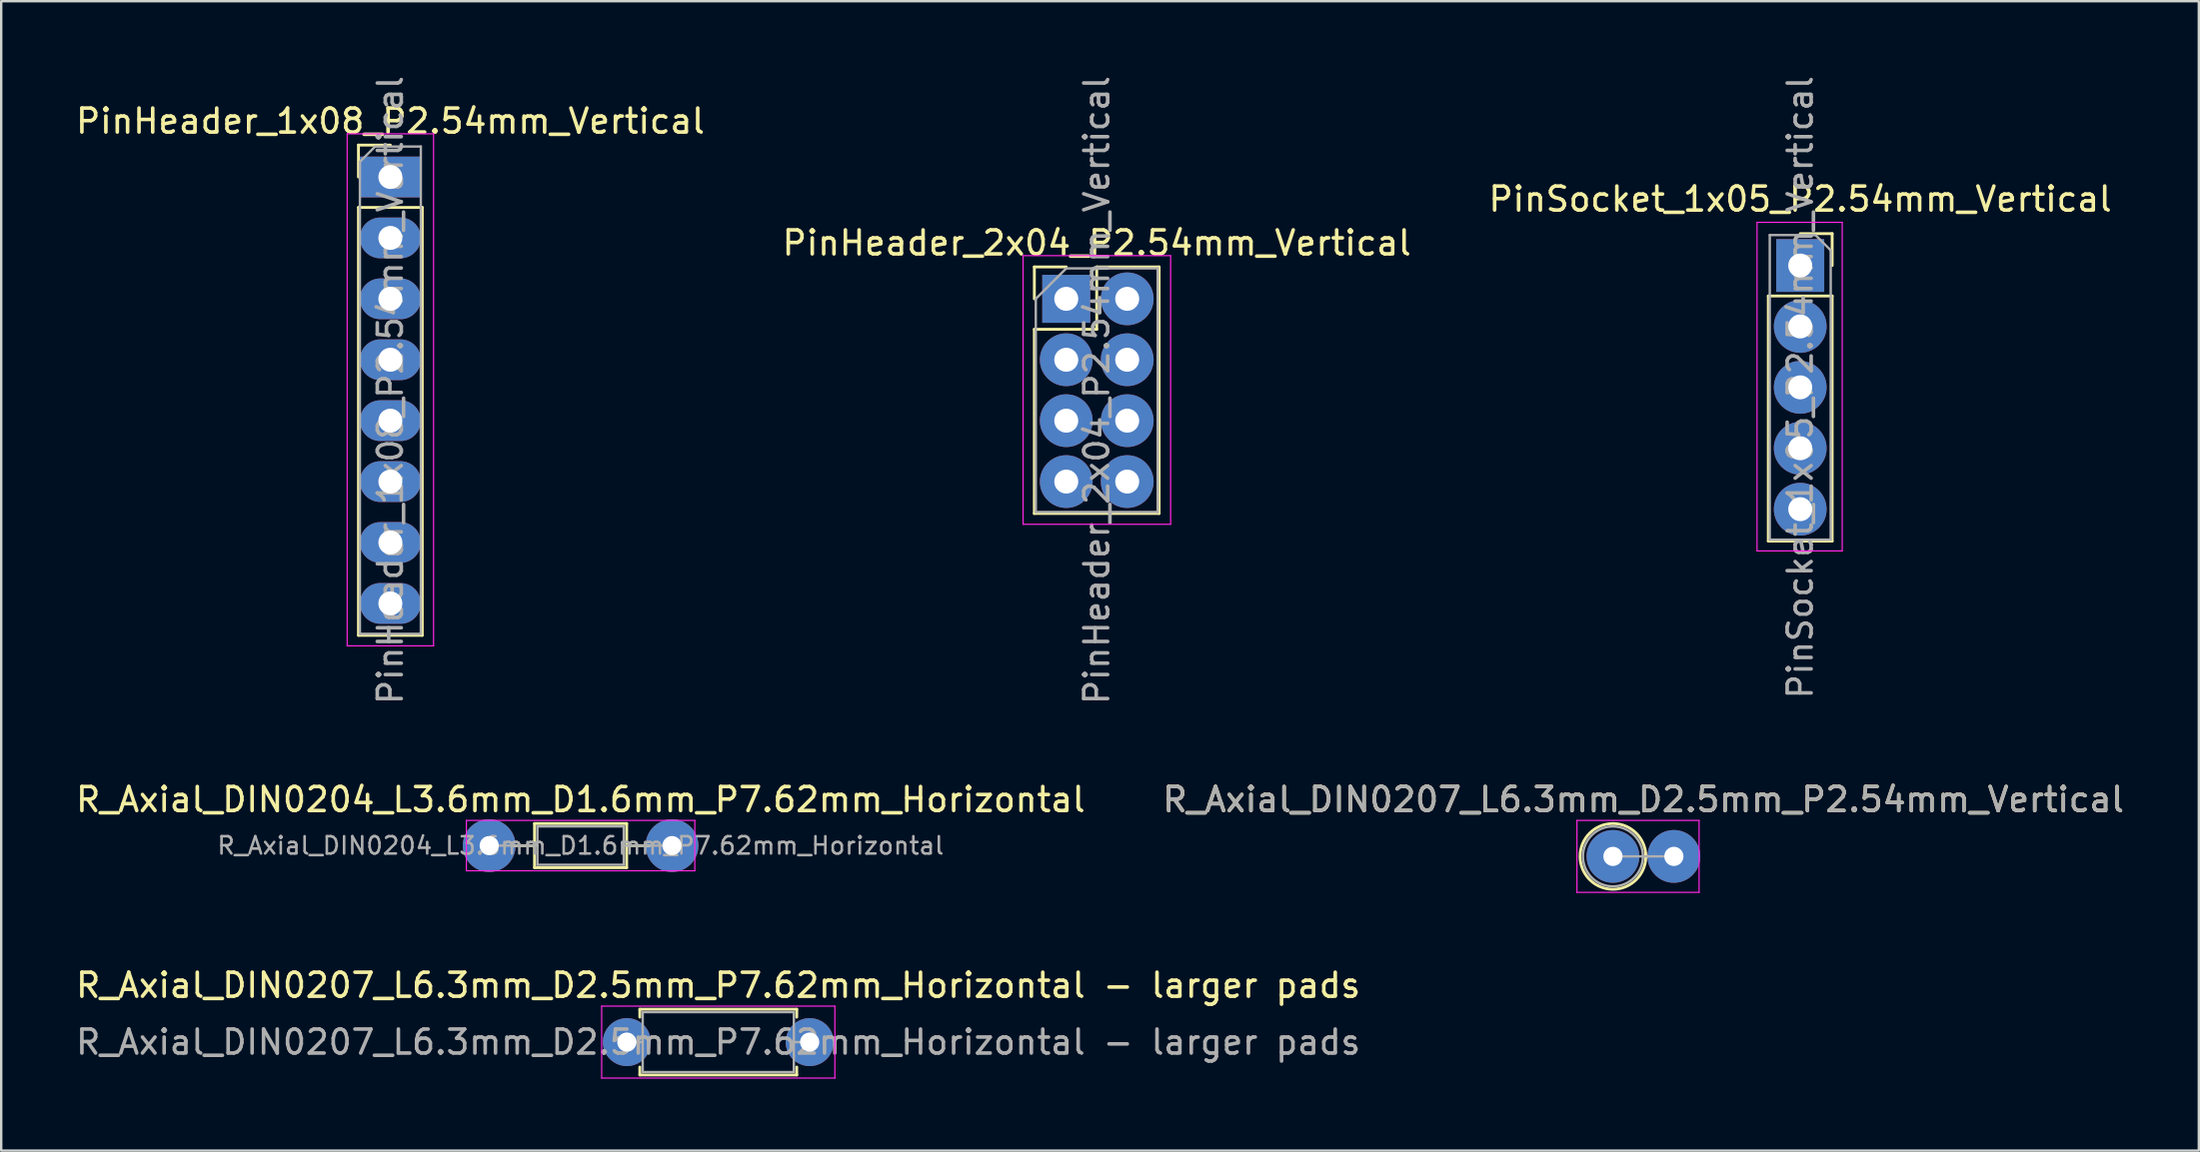
<source format=kicad_pcb>
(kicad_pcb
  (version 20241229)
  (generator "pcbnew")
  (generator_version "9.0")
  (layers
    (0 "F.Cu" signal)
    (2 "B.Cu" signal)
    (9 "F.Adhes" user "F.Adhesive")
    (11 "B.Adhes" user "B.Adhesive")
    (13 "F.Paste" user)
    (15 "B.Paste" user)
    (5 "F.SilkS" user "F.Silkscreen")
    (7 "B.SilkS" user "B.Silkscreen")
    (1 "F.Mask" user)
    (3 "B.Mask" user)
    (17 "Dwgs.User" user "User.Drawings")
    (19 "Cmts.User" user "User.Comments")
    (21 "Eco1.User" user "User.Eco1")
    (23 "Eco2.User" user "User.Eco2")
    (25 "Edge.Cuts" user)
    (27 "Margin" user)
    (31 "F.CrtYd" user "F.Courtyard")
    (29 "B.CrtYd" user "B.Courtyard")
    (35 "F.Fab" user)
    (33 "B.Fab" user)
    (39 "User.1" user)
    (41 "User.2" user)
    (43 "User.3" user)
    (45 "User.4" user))
  (footprint "PinSocket_1x05_P2.54mm_Vertical"
    (layer "F.Cu")
    (at 71.982 8.021)
    (property "Reference" "PinSocket_1x05_P2.54mm_Vertical" (at 0 -2.77 0) (layer "F.SilkS") (effects (font (size 1 1) (thickness 0.15))))
    (attr through_hole)
    (fp_line (start -1.33 1.27) (end -1.33 11.49) (stroke (width 0.12) (type solid)) (layer "F.SilkS"))
    (fp_line (start -1.33 1.27) (end 1.33 1.27) (stroke (width 0.12) (type solid)) (layer "F.SilkS"))
    (fp_line (start -1.33 11.49) (end 1.33 11.49) (stroke (width 0.12) (type solid)) (layer "F.SilkS"))
    (fp_line (start 0 -1.33) (end 1.33 -1.33) (stroke (width 0.12) (type solid)) (layer "F.SilkS"))
    (fp_line (start 1.33 -1.33) (end 1.33 0) (stroke (width 0.12) (type solid)) (layer "F.SilkS"))
    (fp_line (start 1.33 1.27) (end 1.33 11.49) (stroke (width 0.12) (type solid)) (layer "F.SilkS"))
    (fp_line (start -1.8 -1.8) (end 1.75 -1.8) (stroke (width 0.05) (type solid)) (layer "F.CrtYd"))
    (fp_line (start -1.8 11.9) (end -1.8 -1.8) (stroke (width 0.05) (type solid)) (layer "F.CrtYd"))
    (fp_line (start 1.75 -1.8) (end 1.75 11.9) (stroke (width 0.05) (type solid)) (layer "F.CrtYd"))
    (fp_line (start 1.75 11.9) (end -1.8 11.9) (stroke (width 0.05) (type solid)) (layer "F.CrtYd"))
    (fp_line (start -1.27 -1.27) (end 0.635 -1.27) (stroke (width 0.1) (type solid)) (layer "F.Fab"))
    (fp_line (start -1.27 11.43) (end -1.27 -1.27) (stroke (width 0.1) (type solid)) (layer "F.Fab"))
    (fp_line (start 0.635 -1.27) (end 1.27 -0.635) (stroke (width 0.1) (type solid)) (layer "F.Fab"))
    (fp_line (start 1.27 -0.635) (end 1.27 11.43) (stroke (width 0.1) (type solid)) (layer "F.Fab"))
    (fp_line (start 1.27 11.43) (end -1.27 11.43) (stroke (width 0.1) (type solid)) (layer "F.Fab"))
    (fp_text user "${REFERENCE}" (at 0 5.08 90) (layer "F.Fab") (effects (font (size 1 1) (thickness 0.15))))
    (pad "1" thru_hole rect (at 0 0) (size 2 2.2) (drill 1) (layers "*.Cu" "*.Mask"))
    (pad "2" thru_hole circle (at 0 2.54) (size 2.2 2.2) (drill 1) (layers "*.Cu" "*.Mask"))
    (pad "3" thru_hole circle (at 0 5.08) (size 2.2 2.2) (drill 1) (layers "*.Cu" "*.Mask"))
    (pad "4" thru_hole circle (at 0 7.62) (size 2.2 2.2) (drill 1) (layers "*.Cu" "*.Mask"))
    (pad "5" thru_hole circle (at 0 10.16) (size 2.2 2.2) (drill 1) (layers "*.Cu" "*.Mask")))
  (footprint "PinHeader_2x04_P2.54mm_Vertical"
    (layer "F.Cu")
    (at 41.391 9.41)
    (property "Reference" "PinHeader_2x04_P2.54mm_Vertical" (at 1.27 -2.33 0) (layer "F.SilkS") (effects (font (size 1 1) (thickness 0.15))))
    (attr through_hole)
    (fp_line (start -1.33 -1.33) (end 0 -1.33) (stroke (width 0.12) (type solid)) (layer "F.SilkS"))
    (fp_line (start -1.33 0) (end -1.33 -1.33) (stroke (width 0.12) (type solid)) (layer "F.SilkS"))
    (fp_line (start -1.33 1.27) (end -1.33 8.95) (stroke (width 0.12) (type solid)) (layer "F.SilkS"))
    (fp_line (start -1.33 1.27) (end 1.27 1.27) (stroke (width 0.12) (type solid)) (layer "F.SilkS"))
    (fp_line (start -1.33 8.95) (end 3.87 8.95) (stroke (width 0.12) (type solid)) (layer "F.SilkS"))
    (fp_line (start 1.27 -1.33) (end 3.87 -1.33) (stroke (width 0.12) (type solid)) (layer "F.SilkS"))
    (fp_line (start 1.27 1.27) (end 1.27 -1.33) (stroke (width 0.12) (type solid)) (layer "F.SilkS"))
    (fp_line (start 3.87 -1.33) (end 3.87 8.95) (stroke (width 0.12) (type solid)) (layer "F.SilkS"))
    (fp_line (start -1.8 -1.8) (end -1.8 9.4) (stroke (width 0.05) (type solid)) (layer "F.CrtYd"))
    (fp_line (start -1.8 9.4) (end 4.35 9.4) (stroke (width 0.05) (type solid)) (layer "F.CrtYd"))
    (fp_line (start 4.35 -1.8) (end -1.8 -1.8) (stroke (width 0.05) (type solid)) (layer "F.CrtYd"))
    (fp_line (start 4.35 9.4) (end 4.35 -1.8) (stroke (width 0.05) (type solid)) (layer "F.CrtYd"))
    (fp_line (start -1.27 0) (end 0 -1.27) (stroke (width 0.1) (type solid)) (layer "F.Fab"))
    (fp_line (start -1.27 8.89) (end -1.27 0) (stroke (width 0.1) (type solid)) (layer "F.Fab"))
    (fp_line (start 0 -1.27) (end 3.81 -1.27) (stroke (width 0.1) (type solid)) (layer "F.Fab"))
    (fp_line (start 3.81 -1.27) (end 3.81 8.89) (stroke (width 0.1) (type solid)) (layer "F.Fab"))
    (fp_line (start 3.81 8.89) (end -1.27 8.89) (stroke (width 0.1) (type solid)) (layer "F.Fab"))
    (fp_text user "${REFERENCE}" (at 1.27 3.81 90) (layer "F.Fab") (effects (font (size 1 1) (thickness 0.15))))
    (pad "1" thru_hole rect (at 0 0) (size 2 2) (drill 1) (layers "*.Cu" "*.Mask"))
    (pad "2" thru_hole oval (at 2.54 0) (size 2.2 2.2) (drill 1) (layers "*.Cu" "*.Mask"))
    (pad "3" thru_hole circle (at 0 2.54) (size 2.2 2.2) (drill 1) (layers "*.Cu" "*.Mask"))
    (pad "4" thru_hole oval (at 2.54 2.54) (size 2.2 2.2) (drill 1) (layers "*.Cu" "*.Mask"))
    (pad "5" thru_hole circle (at 0 5.08) (size 2.2 2.2) (drill 1) (layers "*.Cu" "*.Mask"))
    (pad "6" thru_hole circle (at 2.54 5.08) (size 2.2 2.2) (drill 1) (layers "*.Cu" "*.Mask"))
    (pad "7" thru_hole circle (at 0 7.62) (size 2.2 2.2) (drill 1) (layers "*.Cu" "*.Mask"))
    (pad "8" thru_hole circle (at 2.54 7.62) (size 2.2 2.2) (drill 1) (layers "*.Cu" "*.Mask")))
  (footprint "R_Axial_DIN0207_L6.3mm_D2.5mm_P2.54mm_Vertical"
    (layer "F.Cu")
    (at 64.176 32.659)
    (property "Reference" "R_Axial_DIN0207_L6.3mm_D2.5mm_P2.54mm_Vertical" (at 1.27 -2.37 0) (layer "F.SilkS") (effects (font (size 1 1) (thickness 0.15))))
    (attr through_hole)
    (fp_line (start 1.37 0) (end 1.44 0) (stroke (width 0.12) (type solid)) (layer "F.SilkS"))
    (fp_circle (center 0 0) (end 1.37 0) (stroke (width 0.12) (type solid)) (fill no) (layer "F.SilkS"))
    (fp_line (start -1.5 -1.5) (end -1.5 1.5) (stroke (width 0.05) (type solid)) (layer "F.CrtYd"))
    (fp_line (start -1.5 1.5) (end 3.59 1.5) (stroke (width 0.05) (type solid)) (layer "F.CrtYd"))
    (fp_line (start 3.59 -1.5) (end -1.5 -1.5) (stroke (width 0.05) (type solid)) (layer "F.CrtYd"))
    (fp_line (start 3.59 1.5) (end 3.59 -1.5) (stroke (width 0.05) (type solid)) (layer "F.CrtYd"))
    (fp_line (start 0 0) (end 2.54 0) (stroke (width 0.1) (type solid)) (layer "F.Fab"))
    (fp_circle (center 0 0) (end 1.25 0) (stroke (width 0.1) (type solid)) (fill no) (layer "F.Fab"))
    (fp_text user "${REFERENCE}" (at 1.27 -2.37 0) (layer "F.Fab") (effects (font (size 1 1) (thickness 0.15))))
    (pad "1" thru_hole circle (at 0 0) (size 2.2 2.2) (drill 0.8) (layers "*.Cu" "*.Mask"))
    (pad "2" thru_hole oval (at 2.54 0) (size 2.2 2.2) (drill 0.8) (layers "*.Cu" "*.Mask")))
  (footprint "R_Axial_DIN0207_L6.3mm_D2.5mm_P7.62mm_Horizontal - larger pads"
    (layer "F.Cu")
    (at 23.077 40.402)
    (property "Reference" "R_Axial_DIN0207_L6.3mm_D2.5mm_P7.62mm_Horizontal - larger pads" (at 3.81 -2.37 0) (layer "F.SilkS") (effects (font (size 1 1) (thickness 0.15))))
    (attr through_hole)
    (fp_line (start 0.54 -1.37) (end 7.08 -1.37) (stroke (width 0.12) (type solid)) (layer "F.SilkS"))
    (fp_line (start 0.54 -1.04) (end 0.54 -1.37) (stroke (width 0.12) (type solid)) (layer "F.SilkS"))
    (fp_line (start 0.54 1.04) (end 0.54 1.37) (stroke (width 0.12) (type solid)) (layer "F.SilkS"))
    (fp_line (start 0.54 1.37) (end 7.08 1.37) (stroke (width 0.12) (type solid)) (layer "F.SilkS"))
    (fp_line (start 7.08 -1.37) (end 7.08 -1.04) (stroke (width 0.12) (type solid)) (layer "F.SilkS"))
    (fp_line (start 7.08 1.37) (end 7.08 1.04) (stroke (width 0.12) (type solid)) (layer "F.SilkS"))
    (fp_line (start -1.05 -1.5) (end -1.05 1.5) (stroke (width 0.05) (type solid)) (layer "F.CrtYd"))
    (fp_line (start -1.05 1.5) (end 8.67 1.5) (stroke (width 0.05) (type solid)) (layer "F.CrtYd"))
    (fp_line (start 8.67 -1.5) (end -1.05 -1.5) (stroke (width 0.05) (type solid)) (layer "F.CrtYd"))
    (fp_line (start 8.67 1.5) (end 8.67 -1.5) (stroke (width 0.05) (type solid)) (layer "F.CrtYd"))
    (fp_line (start 0 0) (end 0.66 0) (stroke (width 0.1) (type solid)) (layer "F.Fab"))
    (fp_line (start 0.66 -1.25) (end 0.66 1.25) (stroke (width 0.1) (type solid)) (layer "F.Fab"))
    (fp_line (start 0.66 1.25) (end 6.96 1.25) (stroke (width 0.1) (type solid)) (layer "F.Fab"))
    (fp_line (start 6.96 -1.25) (end 0.66 -1.25) (stroke (width 0.1) (type solid)) (layer "F.Fab"))
    (fp_line (start 6.96 1.25) (end 6.96 -1.25) (stroke (width 0.1) (type solid)) (layer "F.Fab"))
    (fp_line (start 7.62 0) (end 6.96 0) (stroke (width 0.1) (type solid)) (layer "F.Fab"))
    (fp_text user "${REFERENCE}" (at 3.81 0 0) (layer "F.Fab") (effects (font (size 1 1) (thickness 0.15))))
    (pad "1" thru_hole circle (at 0 0) (size 2 2) (drill 0.8) (layers "*.Cu" "*.Mask"))
    (pad "2" thru_hole oval (at 7.62 0) (size 2 2) (drill 0.8) (layers "*.Cu" "*.Mask")))
  (footprint "R_Axial_DIN0204_L3.6mm_D1.6mm_P7.62mm_Horizontal"
    (layer "F.Cu")
    (at 17.339 32.209)
    (property "Reference" "R_Axial_DIN0204_L3.6mm_D1.6mm_P7.62mm_Horizontal" (at 3.81 -1.92 0) (layer "F.SilkS") (effects (font (size 1 1) (thickness 0.15))))
    (attr through_hole)
    (fp_line (start 0.94 0) (end 1.89 0) (stroke (width 0.12) (type solid)) (layer "F.SilkS"))
    (fp_line (start 1.89 -0.92) (end 1.89 0.92) (stroke (width 0.12) (type solid)) (layer "F.SilkS"))
    (fp_line (start 1.89 0.92) (end 5.73 0.92) (stroke (width 0.12) (type solid)) (layer "F.SilkS"))
    (fp_line (start 5.73 -0.92) (end 1.89 -0.92) (stroke (width 0.12) (type solid)) (layer "F.SilkS"))
    (fp_line (start 5.73 0.92) (end 5.73 -0.92) (stroke (width 0.12) (type solid)) (layer "F.SilkS"))
    (fp_line (start 6.68 0) (end 5.73 0) (stroke (width 0.12) (type solid)) (layer "F.SilkS"))
    (fp_line (start -0.95 -1.05) (end -0.95 1.05) (stroke (width 0.05) (type solid)) (layer "F.CrtYd"))
    (fp_line (start -0.95 1.05) (end 8.57 1.05) (stroke (width 0.05) (type solid)) (layer "F.CrtYd"))
    (fp_line (start 8.57 -1.05) (end -0.95 -1.05) (stroke (width 0.05) (type solid)) (layer "F.CrtYd"))
    (fp_line (start 8.57 1.05) (end 8.57 -1.05) (stroke (width 0.05) (type solid)) (layer "F.CrtYd"))
    (fp_line (start 0 0) (end 2.01 0) (stroke (width 0.1) (type solid)) (layer "F.Fab"))
    (fp_line (start 2.01 -0.8) (end 2.01 0.8) (stroke (width 0.1) (type solid)) (layer "F.Fab"))
    (fp_line (start 2.01 0.8) (end 5.61 0.8) (stroke (width 0.1) (type solid)) (layer "F.Fab"))
    (fp_line (start 5.61 -0.8) (end 2.01 -0.8) (stroke (width 0.1) (type solid)) (layer "F.Fab"))
    (fp_line (start 5.61 0.8) (end 5.61 -0.8) (stroke (width 0.1) (type solid)) (layer "F.Fab"))
    (fp_line (start 7.62 0) (end 5.61 0) (stroke (width 0.1) (type solid)) (layer "F.Fab"))
    (fp_text user "${REFERENCE}" (at 3.81 0 0) (layer "F.Fab") (effects (font (size 0.72 0.72) (thickness 0.108))))
    (pad "1" thru_hole circle (at 0 0) (size 2.2 2.2) (drill 0.8) (layers "*.Cu" "*.Mask"))
    (pad "2" thru_hole circle (at 7.62 0) (size 2.2 2.2) (drill 0.8) (layers "*.Cu" "*.Mask")))
  (footprint "PinHeader_1x08_P2.54mm_Vertical"
    (layer "F.Cu")
    (at 13.22 4.33)
    (property "Reference" "PinHeader_1x08_P2.54mm_Vertical" (at 0 -2.33 0) (layer "F.SilkS") (effects (font (size 1 1) (thickness 0.15))))
    (attr through_hole)
    (fp_line (start -1.33 -1.33) (end 0 -1.33) (stroke (width 0.12) (type solid)) (layer "F.SilkS"))
    (fp_line (start -1.33 0) (end -1.33 -1.33) (stroke (width 0.12) (type solid)) (layer "F.SilkS"))
    (fp_line (start -1.33 1.27) (end -1.33 19.11) (stroke (width 0.12) (type solid)) (layer "F.SilkS"))
    (fp_line (start -1.33 1.27) (end 1.33 1.27) (stroke (width 0.12) (type solid)) (layer "F.SilkS"))
    (fp_line (start -1.33 19.11) (end 1.33 19.11) (stroke (width 0.12) (type solid)) (layer "F.SilkS"))
    (fp_line (start 1.33 1.27) (end 1.33 19.11) (stroke (width 0.12) (type solid)) (layer "F.SilkS"))
    (fp_line (start -1.8 -1.8) (end -1.8 19.55) (stroke (width 0.05) (type solid)) (layer "F.CrtYd"))
    (fp_line (start -1.8 19.55) (end 1.8 19.55) (stroke (width 0.05) (type solid)) (layer "F.CrtYd"))
    (fp_line (start 1.8 -1.8) (end -1.8 -1.8) (stroke (width 0.05) (type solid)) (layer "F.CrtYd"))
    (fp_line (start 1.8 19.55) (end 1.8 -1.8) (stroke (width 0.05) (type solid)) (layer "F.CrtYd"))
    (fp_line (start -1.27 -0.635) (end -0.635 -1.27) (stroke (width 0.1) (type solid)) (layer "F.Fab"))
    (fp_line (start -1.27 19.05) (end -1.27 -0.635) (stroke (width 0.1) (type solid)) (layer "F.Fab"))
    (fp_line (start -0.635 -1.27) (end 1.27 -1.27) (stroke (width 0.1) (type solid)) (layer "F.Fab"))
    (fp_line (start 1.27 -1.27) (end 1.27 19.05) (stroke (width 0.1) (type solid)) (layer "F.Fab"))
    (fp_line (start 1.27 19.05) (end -1.27 19.05) (stroke (width 0.1) (type solid)) (layer "F.Fab"))
    (fp_text user "${REFERENCE}" (at 0 8.89 90) (layer "F.Fab") (effects (font (size 1 1) (thickness 0.15))))
    (pad "1" thru_hole rect (at 0 0) (size 2.54 1.7) (drill 1) (layers "*.Cu" "*.Mask"))
    (pad "2" thru_hole oval (at 0 2.54) (size 2.54 1.7) (drill 1) (layers "*.Cu" "*.Mask"))
    (pad "3" thru_hole oval (at 0 5.08) (size 2.54 1.7) (drill 1) (layers "*.Cu" "*.Mask"))
    (pad "4" thru_hole oval (at 0 7.62) (size 2.54 1.7) (drill 1) (layers "*.Cu" "*.Mask"))
    (pad "5" thru_hole oval (at 0 10.16) (size 2.54 1.7) (drill 1) (layers "*.Cu" "*.Mask"))
    (pad "6" thru_hole oval (at 0 12.7) (size 2.54 1.7) (drill 1) (layers "*.Cu" "*.Mask"))
    (pad "7" thru_hole oval (at 0 15.24) (size 2.54 1.7) (drill 1) (layers "*.Cu" "*.Mask"))
    (pad "8" thru_hole oval (at 0 17.78) (size 2.54 1.7) (drill 1) (layers "*.Cu" "*.Mask")))
  (gr_rect
    (start -3 -3)
    (end 88.595 44.927)
    (stroke (width 0.1) (type default))
    (fill no)
    (layer "Edge.Cuts")))
</source>
